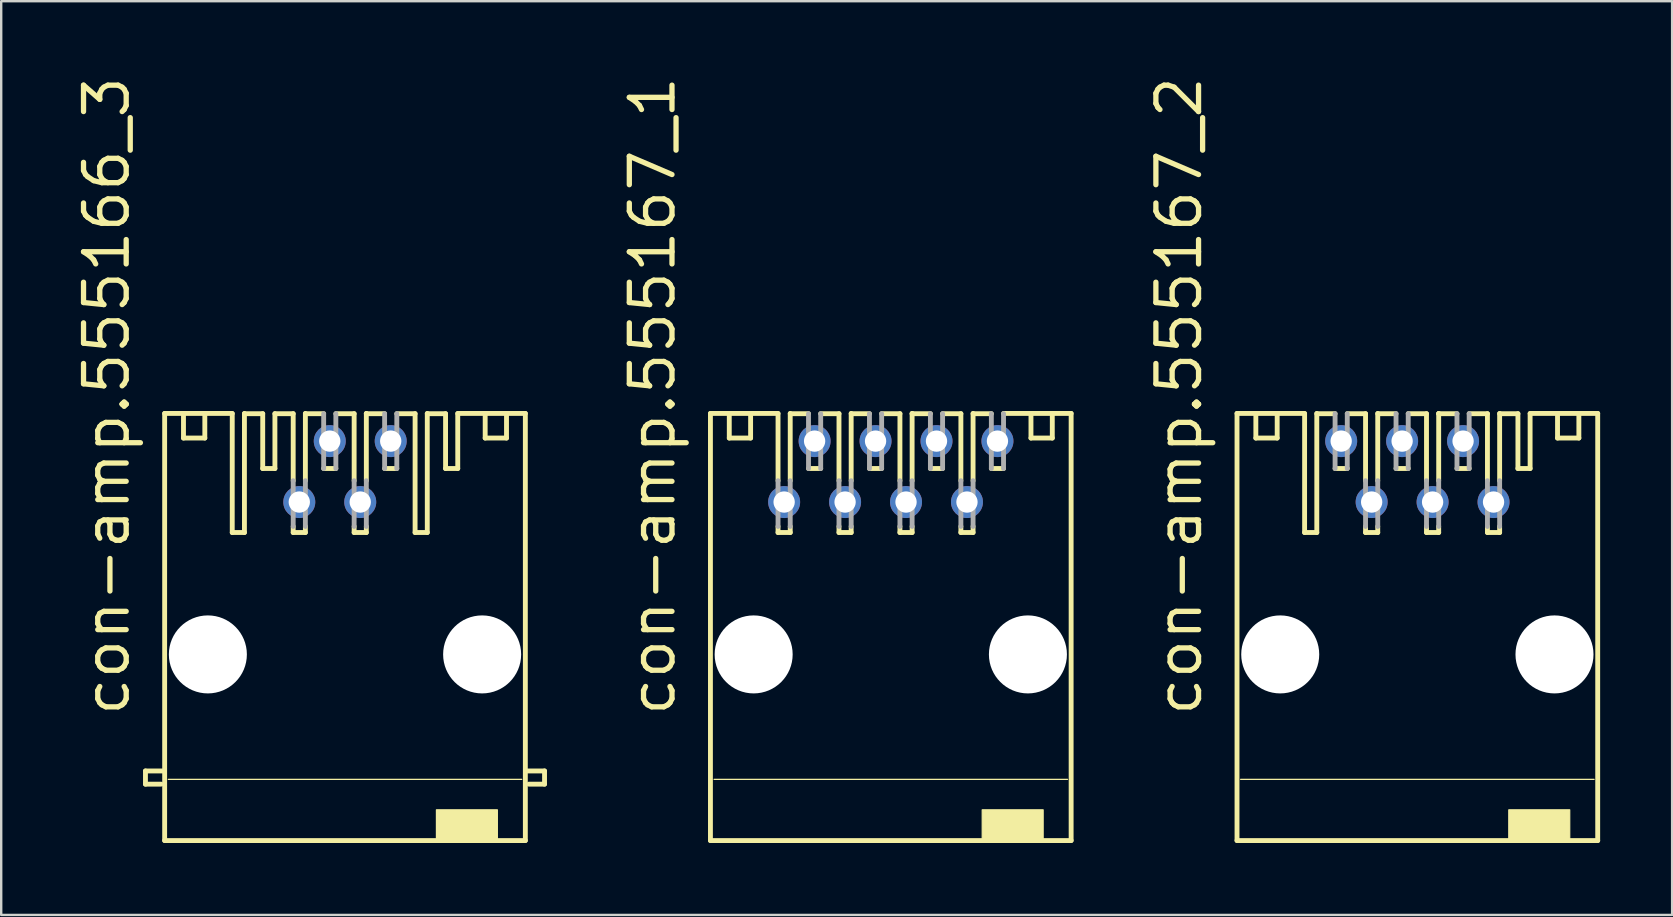
<source format=kicad_pcb>
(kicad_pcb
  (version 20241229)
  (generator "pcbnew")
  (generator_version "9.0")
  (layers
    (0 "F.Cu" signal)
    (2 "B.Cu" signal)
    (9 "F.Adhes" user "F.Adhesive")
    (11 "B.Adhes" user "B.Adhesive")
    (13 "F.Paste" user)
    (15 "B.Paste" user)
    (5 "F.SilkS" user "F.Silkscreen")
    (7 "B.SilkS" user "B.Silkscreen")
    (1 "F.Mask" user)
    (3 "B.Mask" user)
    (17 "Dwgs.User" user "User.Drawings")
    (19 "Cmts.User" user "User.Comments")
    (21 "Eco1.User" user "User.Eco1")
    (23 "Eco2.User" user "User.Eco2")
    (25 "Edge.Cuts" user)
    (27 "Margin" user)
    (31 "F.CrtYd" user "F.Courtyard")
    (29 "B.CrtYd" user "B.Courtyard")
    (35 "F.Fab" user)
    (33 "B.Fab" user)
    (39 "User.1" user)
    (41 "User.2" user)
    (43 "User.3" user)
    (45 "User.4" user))
  (footprint "con-amp.555167_2"
    (layer "F.Cu")
    (at 56.019 23.08)
    (property "Reference" "con-amp.555167_2" (at -8.89 3.81 90) (layer "F.SilkS") (effects (font (size 1.778 1.778) (thickness 0.22)) (justify left bottom)))
    (attr through_hole)
    (fp_line (start -7.516 -8.9) (end -4.699 -8.9) (stroke (width 0.203) (type default)) (layer "F.SilkS"))
    (fp_line (start -7.516 8.9) (end -7.516 -8.9) (stroke (width 0.203) (type default)) (layer "F.SilkS"))
    (fp_line (start -7.366 6.35) (end 7.366 6.35) (stroke (width 0.051) (type default)) (layer "F.SilkS"))
    (fp_line (start -6.731 -8.89) (end -6.731 -7.874) (stroke (width 0.203) (type default)) (layer "F.SilkS"))
    (fp_line (start -6.731 -7.874) (end -5.842 -7.874) (stroke (width 0.203) (type default)) (layer "F.SilkS"))
    (fp_line (start -5.842 -7.874) (end -5.842 -8.89) (stroke (width 0.203) (type default)) (layer "F.SilkS"))
    (fp_line (start -4.699 -3.937) (end -4.699 -8.89) (stroke (width 0.203) (type default)) (layer "F.SilkS"))
    (fp_line (start -4.191 -8.89) (end -3.429 -8.89) (stroke (width 0.203) (type default)) (layer "F.SilkS"))
    (fp_line (start -4.191 -3.937) (end -4.699 -3.937) (stroke (width 0.203) (type default)) (layer "F.SilkS"))
    (fp_line (start -4.191 -3.937) (end -4.191 -8.9) (stroke (width 0.203) (type default)) (layer "F.SilkS"))
    (fp_line (start -2.921 -8.89) (end -2.159 -8.89) (stroke (width 0.203) (type default)) (layer "F.SilkS"))
    (fp_line (start -2.921 -6.604) (end -3.429 -6.604) (stroke (width 0.203) (type default)) (layer "F.SilkS"))
    (fp_line (start -2.159 -6.096) (end -2.159 -8.89) (stroke (width 0.203) (type default)) (layer "F.SilkS"))
    (fp_line (start -2.159 -3.937) (end -2.159 -4.191) (stroke (width 0.203) (type default)) (layer "F.SilkS"))
    (fp_line (start -1.651 -8.89) (end -0.889 -8.89) (stroke (width 0.203) (type default)) (layer "F.SilkS"))
    (fp_line (start -1.651 -6.096) (end -1.651 -8.9) (stroke (width 0.203) (type default)) (layer "F.SilkS"))
    (fp_line (start -1.651 -3.937) (end -2.159 -3.937) (stroke (width 0.203) (type default)) (layer "F.SilkS"))
    (fp_line (start -1.651 -3.937) (end -1.651 -4.191) (stroke (width 0.203) (type default)) (layer "F.SilkS"))
    (fp_line (start -0.381 -8.89) (end 0.381 -8.89) (stroke (width 0.203) (type default)) (layer "F.SilkS"))
    (fp_line (start -0.381 -6.604) (end -0.889 -6.604) (stroke (width 0.203) (type default)) (layer "F.SilkS"))
    (fp_line (start 0.381 -6.096) (end 0.381 -8.89) (stroke (width 0.203) (type default)) (layer "F.SilkS"))
    (fp_line (start 0.381 -3.937) (end 0.381 -4.191) (stroke (width 0.203) (type default)) (layer "F.SilkS"))
    (fp_line (start 0.889 -8.89) (end 0.889 -8.9) (stroke (width 0.203) (type default)) (layer "F.SilkS"))
    (fp_line (start 0.889 -8.89) (end 1.651 -8.89) (stroke (width 0.203) (type default)) (layer "F.SilkS"))
    (fp_line (start 0.889 -6.096) (end 0.889 -8.89) (stroke (width 0.203) (type default)) (layer "F.SilkS"))
    (fp_line (start 0.889 -3.937) (end 0.381 -3.937) (stroke (width 0.203) (type default)) (layer "F.SilkS"))
    (fp_line (start 0.889 -3.937) (end 0.889 -4.191) (stroke (width 0.203) (type default)) (layer "F.SilkS"))
    (fp_line (start 2.159 -8.89) (end 2.921 -8.89) (stroke (width 0.203) (type default)) (layer "F.SilkS"))
    (fp_line (start 2.159 -6.604) (end 1.651 -6.604) (stroke (width 0.203) (type default)) (layer "F.SilkS"))
    (fp_line (start 2.921 -6.096) (end 2.921 -8.89) (stroke (width 0.203) (type default)) (layer "F.SilkS"))
    (fp_line (start 2.921 -3.937) (end 2.921 -4.191) (stroke (width 0.203) (type default)) (layer "F.SilkS"))
    (fp_line (start 3.429 -8.89) (end 4.191 -8.89) (stroke (width 0.203) (type default)) (layer "F.SilkS"))
    (fp_line (start 3.429 -6.096) (end 3.429 -8.9) (stroke (width 0.203) (type default)) (layer "F.SilkS"))
    (fp_line (start 3.429 -3.937) (end 2.921 -3.937) (stroke (width 0.203) (type default)) (layer "F.SilkS"))
    (fp_line (start 3.429 -3.937) (end 3.429 -4.191) (stroke (width 0.203) (type default)) (layer "F.SilkS"))
    (fp_line (start 4.191 -8.89) (end 4.191 -6.604) (stroke (width 0.203) (type default)) (layer "F.SilkS"))
    (fp_line (start 4.699 -8.9) (end 7.516 -8.9) (stroke (width 0.203) (type default)) (layer "F.SilkS"))
    (fp_line (start 4.699 -8.89) (end 4.699 -6.604) (stroke (width 0.203) (type default)) (layer "F.SilkS"))
    (fp_line (start 4.699 -6.604) (end 4.191 -6.604) (stroke (width 0.203) (type default)) (layer "F.SilkS"))
    (fp_line (start 5.842 -7.874) (end 5.842 -8.89) (stroke (width 0.203) (type default)) (layer "F.SilkS"))
    (fp_line (start 6.731 -8.89) (end 6.731 -7.874) (stroke (width 0.203) (type default)) (layer "F.SilkS"))
    (fp_line (start 6.731 -7.874) (end 5.842 -7.874) (stroke (width 0.203) (type default)) (layer "F.SilkS"))
    (fp_line (start 7.516 -8.9) (end 7.516 8.9) (stroke (width 0.203) (type default)) (layer "F.SilkS"))
    (fp_line (start 7.516 8.9) (end -7.516 8.9) (stroke (width 0.203) (type default)) (layer "F.SilkS"))
    (fp_rect (start 3.81 8.89) (end 6.35 7.62) (stroke (width 0.05) (type default)) (fill yes) (layer "F.SilkS"))
    (fp_line (start -3.429 -8.89) (end -3.429 -6.604) (stroke (width 0.203) (type default)) (layer "F.Fab"))
    (fp_line (start -2.921 -8.89) (end -2.921 -6.604) (stroke (width 0.203) (type default)) (layer "F.Fab"))
    (fp_line (start -2.159 -6.096) (end -2.159 -4.191) (stroke (width 0.203) (type default)) (layer "F.Fab"))
    (fp_line (start -1.651 -6.096) (end -1.651 -4.191) (stroke (width 0.203) (type default)) (layer "F.Fab"))
    (fp_line (start -0.889 -8.89) (end -0.889 -6.604) (stroke (width 0.203) (type default)) (layer "F.Fab"))
    (fp_line (start -0.381 -8.89) (end -0.381 -6.604) (stroke (width 0.203) (type default)) (layer "F.Fab"))
    (fp_line (start 0.381 -6.096) (end 0.381 -4.191) (stroke (width 0.203) (type default)) (layer "F.Fab"))
    (fp_line (start 0.889 -6.096) (end 0.889 -4.191) (stroke (width 0.203) (type default)) (layer "F.Fab"))
    (fp_line (start 1.651 -8.89) (end 1.651 -6.604) (stroke (width 0.203) (type default)) (layer "F.Fab"))
    (fp_line (start 2.159 -8.89) (end 2.159 -6.604) (stroke (width 0.203) (type default)) (layer "F.Fab"))
    (fp_line (start 2.921 -6.096) (end 2.921 -4.191) (stroke (width 0.203) (type default)) (layer "F.Fab"))
    (fp_line (start 3.429 -6.096) (end 3.429 -4.191) (stroke (width 0.203) (type default)) (layer "F.Fab"))
    (pad "" np_thru_hole circle (at -5.715 1.143) (size 3.251 3.251) (drill 3.251) (layers "*.Cu" "*.Mask"))
    (pad "" np_thru_hole circle (at 5.715 1.143) (size 3.251 3.251) (drill 3.251) (layers "*.Cu" "*.Mask"))
    (pad "1" thru_hole circle (at -3.175 -7.747) (size 1.333 1.333) (drill 0.889) (layers "*.Cu" "*.Mask"))
    (pad "2" thru_hole circle (at -1.905 -5.207) (size 1.333 1.333) (drill 0.889) (layers "*.Cu" "*.Mask"))
    (pad "3" thru_hole circle (at -0.635 -7.747) (size 1.333 1.333) (drill 0.889) (layers "*.Cu" "*.Mask"))
    (pad "4" thru_hole circle (at 0.635 -5.207) (size 1.333 1.333) (drill 0.889) (layers "*.Cu" "*.Mask"))
    (pad "5" thru_hole circle (at 1.905 -7.747) (size 1.333 1.333) (drill 0.889) (layers "*.Cu" "*.Mask"))
    (pad "6" thru_hole circle (at 3.175 -5.207) (size 1.333 1.333) (drill 0.889) (layers "*.Cu" "*.Mask")))
  (footprint "con-amp.555166_3"
    (layer "F.Cu")
    (at 11.328 23.08)
    (property "Reference" "con-amp.555166_3" (at -8.89 3.81 90) (layer "F.SilkS") (effects (font (size 1.778 1.778) (thickness 0.22)) (justify left bottom)))
    (attr through_hole)
    (fp_line (start -8.316 6) (end -7.616 6) (stroke (width 0.203) (type default)) (layer "F.SilkS"))
    (fp_line (start -8.316 6.55) (end -8.316 6) (stroke (width 0.203) (type default)) (layer "F.SilkS"))
    (fp_line (start -7.666 6.55) (end -8.316 6.55) (stroke (width 0.203) (type default)) (layer "F.SilkS"))
    (fp_line (start -7.516 -8.9) (end -4.699 -8.9) (stroke (width 0.203) (type default)) (layer "F.SilkS"))
    (fp_line (start -7.516 8.9) (end -7.516 -8.9) (stroke (width 0.203) (type default)) (layer "F.SilkS"))
    (fp_line (start -7.366 6.35) (end 7.366 6.35) (stroke (width 0.051) (type default)) (layer "F.SilkS"))
    (fp_line (start -6.731 -8.89) (end -6.731 -7.874) (stroke (width 0.203) (type default)) (layer "F.SilkS"))
    (fp_line (start -6.731 -7.874) (end -5.842 -7.874) (stroke (width 0.203) (type default)) (layer "F.SilkS"))
    (fp_line (start -5.842 -7.874) (end -5.842 -8.89) (stroke (width 0.203) (type default)) (layer "F.SilkS"))
    (fp_line (start -4.699 -3.937) (end -4.699 -8.89) (stroke (width 0.203) (type default)) (layer "F.SilkS"))
    (fp_line (start -4.191 -8.89) (end -3.429 -8.89) (stroke (width 0.203) (type default)) (layer "F.SilkS"))
    (fp_line (start -4.191 -3.937) (end -4.699 -3.937) (stroke (width 0.203) (type default)) (layer "F.SilkS"))
    (fp_line (start -4.191 -3.937) (end -4.191 -8.9) (stroke (width 0.203) (type default)) (layer "F.SilkS"))
    (fp_line (start -3.429 -8.89) (end -3.429 -6.604) (stroke (width 0.203) (type default)) (layer "F.SilkS"))
    (fp_line (start -2.921 -8.89) (end -2.921 -6.604) (stroke (width 0.203) (type default)) (layer "F.SilkS"))
    (fp_line (start -2.921 -8.89) (end -2.159 -8.89) (stroke (width 0.203) (type default)) (layer "F.SilkS"))
    (fp_line (start -2.921 -6.604) (end -3.429 -6.604) (stroke (width 0.203) (type default)) (layer "F.SilkS"))
    (fp_line (start -2.159 -6.096) (end -2.159 -8.89) (stroke (width 0.203) (type default)) (layer "F.SilkS"))
    (fp_line (start -2.159 -3.937) (end -2.159 -4.191) (stroke (width 0.203) (type default)) (layer "F.SilkS"))
    (fp_line (start -1.651 -8.89) (end -0.889 -8.89) (stroke (width 0.203) (type default)) (layer "F.SilkS"))
    (fp_line (start -1.651 -6.096) (end -1.651 -8.9) (stroke (width 0.203) (type default)) (layer "F.SilkS"))
    (fp_line (start -1.651 -3.937) (end -2.159 -3.937) (stroke (width 0.203) (type default)) (layer "F.SilkS"))
    (fp_line (start -1.651 -3.937) (end -1.651 -4.191) (stroke (width 0.203) (type default)) (layer "F.SilkS"))
    (fp_line (start -0.381 -8.89) (end 0.381 -8.89) (stroke (width 0.203) (type default)) (layer "F.SilkS"))
    (fp_line (start -0.381 -6.604) (end -0.889 -6.604) (stroke (width 0.203) (type default)) (layer "F.SilkS"))
    (fp_line (start 0.381 -6.096) (end 0.381 -8.89) (stroke (width 0.203) (type default)) (layer "F.SilkS"))
    (fp_line (start 0.381 -3.937) (end 0.381 -4.191) (stroke (width 0.203) (type default)) (layer "F.SilkS"))
    (fp_line (start 0.889 -8.89) (end 0.889 -8.9) (stroke (width 0.203) (type default)) (layer "F.SilkS"))
    (fp_line (start 0.889 -8.89) (end 1.651 -8.89) (stroke (width 0.203) (type default)) (layer "F.SilkS"))
    (fp_line (start 0.889 -6.096) (end 0.889 -8.89) (stroke (width 0.203) (type default)) (layer "F.SilkS"))
    (fp_line (start 0.889 -3.937) (end 0.381 -3.937) (stroke (width 0.203) (type default)) (layer "F.SilkS"))
    (fp_line (start 0.889 -3.937) (end 0.889 -4.191) (stroke (width 0.203) (type default)) (layer "F.SilkS"))
    (fp_line (start 2.159 -8.89) (end 2.921 -8.89) (stroke (width 0.203) (type default)) (layer "F.SilkS"))
    (fp_line (start 2.159 -6.604) (end 1.651 -6.604) (stroke (width 0.203) (type default)) (layer "F.SilkS"))
    (fp_line (start 2.921 -3.937) (end 2.921 -8.89) (stroke (width 0.203) (type default)) (layer "F.SilkS"))
    (fp_line (start 3.429 -8.89) (end 4.191 -8.89) (stroke (width 0.203) (type default)) (layer "F.SilkS"))
    (fp_line (start 3.429 -3.937) (end 2.921 -3.937) (stroke (width 0.203) (type default)) (layer "F.SilkS"))
    (fp_line (start 3.429 -3.937) (end 3.429 -8.9) (stroke (width 0.203) (type default)) (layer "F.SilkS"))
    (fp_line (start 4.191 -8.89) (end 4.191 -6.604) (stroke (width 0.203) (type default)) (layer "F.SilkS"))
    (fp_line (start 4.699 -8.9) (end 7.516 -8.9) (stroke (width 0.203) (type default)) (layer "F.SilkS"))
    (fp_line (start 4.699 -8.89) (end 4.699 -6.604) (stroke (width 0.203) (type default)) (layer "F.SilkS"))
    (fp_line (start 4.699 -6.604) (end 4.191 -6.604) (stroke (width 0.203) (type default)) (layer "F.SilkS"))
    (fp_line (start 5.842 -7.874) (end 5.842 -8.89) (stroke (width 0.203) (type default)) (layer "F.SilkS"))
    (fp_line (start 6.731 -8.89) (end 6.731 -7.874) (stroke (width 0.203) (type default)) (layer "F.SilkS"))
    (fp_line (start 6.731 -7.874) (end 5.842 -7.874) (stroke (width 0.203) (type default)) (layer "F.SilkS"))
    (fp_line (start 7.516 -8.9) (end 7.516 8.9) (stroke (width 0.203) (type default)) (layer "F.SilkS"))
    (fp_line (start 7.516 8.9) (end -7.516 8.9) (stroke (width 0.203) (type default)) (layer "F.SilkS"))
    (fp_line (start 7.666 6.55) (end 8.316 6.55) (stroke (width 0.203) (type default)) (layer "F.SilkS"))
    (fp_line (start 8.316 6) (end 7.616 6) (stroke (width 0.203) (type default)) (layer "F.SilkS"))
    (fp_line (start 8.316 6.55) (end 8.316 6) (stroke (width 0.203) (type default)) (layer "F.SilkS"))
    (fp_rect (start 3.81 8.89) (end 6.35 7.62) (stroke (width 0.05) (type default)) (fill yes) (layer "F.SilkS"))
    (fp_line (start -2.159 -6.096) (end -2.159 -4.191) (stroke (width 0.203) (type default)) (layer "F.Fab"))
    (fp_line (start -1.651 -6.096) (end -1.651 -4.191) (stroke (width 0.203) (type default)) (layer "F.Fab"))
    (fp_line (start -0.889 -8.89) (end -0.889 -6.604) (stroke (width 0.203) (type default)) (layer "F.Fab"))
    (fp_line (start -0.381 -8.89) (end -0.381 -6.604) (stroke (width 0.203) (type default)) (layer "F.Fab"))
    (fp_line (start 0.381 -6.096) (end 0.381 -4.191) (stroke (width 0.203) (type default)) (layer "F.Fab"))
    (fp_line (start 0.889 -6.096) (end 0.889 -4.191) (stroke (width 0.203) (type default)) (layer "F.Fab"))
    (fp_line (start 1.651 -8.89) (end 1.651 -6.604) (stroke (width 0.203) (type default)) (layer "F.Fab"))
    (fp_line (start 2.159 -8.89) (end 2.159 -6.604) (stroke (width 0.203) (type default)) (layer "F.Fab"))
    (pad "" np_thru_hole circle (at -5.715 1.143) (size 3.251 3.251) (drill 3.251) (layers "*.Cu" "*.Mask"))
    (pad "" np_thru_hole circle (at 5.715 1.143) (size 3.251 3.251) (drill 3.251) (layers "*.Cu" "*.Mask"))
    (pad "1" thru_hole circle (at -1.905 -5.207) (size 1.333 1.333) (drill 0.889) (layers "*.Cu" "*.Mask"))
    (pad "2" thru_hole circle (at -0.635 -7.747) (size 1.333 1.333) (drill 0.889) (layers "*.Cu" "*.Mask"))
    (pad "3" thru_hole circle (at 0.635 -5.207) (size 1.333 1.333) (drill 0.889) (layers "*.Cu" "*.Mask"))
    (pad "4" thru_hole circle (at 1.905 -7.747) (size 1.333 1.333) (drill 0.889) (layers "*.Cu" "*.Mask")))
  (footprint "con-amp.555167_1"
    (layer "F.Cu")
    (at 34.074 23.08)
    (property "Reference" "con-amp.555167_1" (at -8.89 3.81 90) (layer "F.SilkS") (effects (font (size 1.778 1.778) (thickness 0.22)) (justify left bottom)))
    (attr through_hole)
    (fp_line (start -7.516 -8.9) (end -4.699 -8.9) (stroke (width 0.203) (type default)) (layer "F.SilkS"))
    (fp_line (start -7.516 8.9) (end -7.516 -8.9) (stroke (width 0.203) (type default)) (layer "F.SilkS"))
    (fp_line (start -7.366 6.35) (end 7.366 6.35) (stroke (width 0.051) (type default)) (layer "F.SilkS"))
    (fp_line (start -6.731 -8.89) (end -6.731 -7.874) (stroke (width 0.203) (type default)) (layer "F.SilkS"))
    (fp_line (start -6.731 -7.874) (end -5.842 -7.874) (stroke (width 0.203) (type default)) (layer "F.SilkS"))
    (fp_line (start -5.842 -7.874) (end -5.842 -8.89) (stroke (width 0.203) (type default)) (layer "F.SilkS"))
    (fp_line (start -4.699 -6.096) (end -4.699 -8.89) (stroke (width 0.203) (type default)) (layer "F.SilkS"))
    (fp_line (start -4.699 -3.937) (end -4.699 -4.191) (stroke (width 0.203) (type default)) (layer "F.SilkS"))
    (fp_line (start -4.191 -8.89) (end -3.429 -8.89) (stroke (width 0.203) (type default)) (layer "F.SilkS"))
    (fp_line (start -4.191 -6.096) (end -4.191 -8.9) (stroke (width 0.203) (type default)) (layer "F.SilkS"))
    (fp_line (start -4.191 -3.937) (end -4.699 -3.937) (stroke (width 0.203) (type default)) (layer "F.SilkS"))
    (fp_line (start -4.191 -3.937) (end -4.191 -4.191) (stroke (width 0.203) (type default)) (layer "F.SilkS"))
    (fp_line (start -2.921 -8.89) (end -2.159 -8.89) (stroke (width 0.203) (type default)) (layer "F.SilkS"))
    (fp_line (start -2.921 -6.604) (end -3.429 -6.604) (stroke (width 0.203) (type default)) (layer "F.SilkS"))
    (fp_line (start -2.159 -6.096) (end -2.159 -8.89) (stroke (width 0.203) (type default)) (layer "F.SilkS"))
    (fp_line (start -2.159 -3.937) (end -2.159 -4.191) (stroke (width 0.203) (type default)) (layer "F.SilkS"))
    (fp_line (start -1.651 -8.89) (end -0.889 -8.89) (stroke (width 0.203) (type default)) (layer "F.SilkS"))
    (fp_line (start -1.651 -6.096) (end -1.651 -8.9) (stroke (width 0.203) (type default)) (layer "F.SilkS"))
    (fp_line (start -1.651 -3.937) (end -2.159 -3.937) (stroke (width 0.203) (type default)) (layer "F.SilkS"))
    (fp_line (start -1.651 -3.937) (end -1.651 -4.191) (stroke (width 0.203) (type default)) (layer "F.SilkS"))
    (fp_line (start -0.381 -8.89) (end 0.381 -8.89) (stroke (width 0.203) (type default)) (layer "F.SilkS"))
    (fp_line (start -0.381 -6.604) (end -0.889 -6.604) (stroke (width 0.203) (type default)) (layer "F.SilkS"))
    (fp_line (start 0.381 -6.096) (end 0.381 -8.89) (stroke (width 0.203) (type default)) (layer "F.SilkS"))
    (fp_line (start 0.381 -3.937) (end 0.381 -4.191) (stroke (width 0.203) (type default)) (layer "F.SilkS"))
    (fp_line (start 0.889 -8.89) (end 0.889 -8.9) (stroke (width 0.203) (type default)) (layer "F.SilkS"))
    (fp_line (start 0.889 -8.89) (end 1.651 -8.89) (stroke (width 0.203) (type default)) (layer "F.SilkS"))
    (fp_line (start 0.889 -6.096) (end 0.889 -8.89) (stroke (width 0.203) (type default)) (layer "F.SilkS"))
    (fp_line (start 0.889 -3.937) (end 0.381 -3.937) (stroke (width 0.203) (type default)) (layer "F.SilkS"))
    (fp_line (start 0.889 -3.937) (end 0.889 -4.191) (stroke (width 0.203) (type default)) (layer "F.SilkS"))
    (fp_line (start 2.159 -8.89) (end 2.921 -8.89) (stroke (width 0.203) (type default)) (layer "F.SilkS"))
    (fp_line (start 2.159 -6.604) (end 1.651 -6.604) (stroke (width 0.203) (type default)) (layer "F.SilkS"))
    (fp_line (start 2.921 -6.096) (end 2.921 -8.89) (stroke (width 0.203) (type default)) (layer "F.SilkS"))
    (fp_line (start 2.921 -3.937) (end 2.921 -4.191) (stroke (width 0.203) (type default)) (layer "F.SilkS"))
    (fp_line (start 3.429 -8.89) (end 4.191 -8.89) (stroke (width 0.203) (type default)) (layer "F.SilkS"))
    (fp_line (start 3.429 -6.096) (end 3.429 -8.9) (stroke (width 0.203) (type default)) (layer "F.SilkS"))
    (fp_line (start 3.429 -3.937) (end 2.921 -3.937) (stroke (width 0.203) (type default)) (layer "F.SilkS"))
    (fp_line (start 3.429 -3.937) (end 3.429 -4.191) (stroke (width 0.203) (type default)) (layer "F.SilkS"))
    (fp_line (start 4.699 -8.9) (end 7.516 -8.9) (stroke (width 0.203) (type default)) (layer "F.SilkS"))
    (fp_line (start 4.699 -6.604) (end 4.191 -6.604) (stroke (width 0.203) (type default)) (layer "F.SilkS"))
    (fp_line (start 5.842 -7.874) (end 5.842 -8.89) (stroke (width 0.203) (type default)) (layer "F.SilkS"))
    (fp_line (start 6.731 -8.89) (end 6.731 -7.874) (stroke (width 0.203) (type default)) (layer "F.SilkS"))
    (fp_line (start 6.731 -7.874) (end 5.842 -7.874) (stroke (width 0.203) (type default)) (layer "F.SilkS"))
    (fp_line (start 7.516 -8.9) (end 7.516 8.9) (stroke (width 0.203) (type default)) (layer "F.SilkS"))
    (fp_line (start 7.516 8.9) (end -7.516 8.9) (stroke (width 0.203) (type default)) (layer "F.SilkS"))
    (fp_rect (start 3.81 8.89) (end 6.35 7.62) (stroke (width 0.05) (type default)) (fill yes) (layer "F.SilkS"))
    (fp_line (start -4.699 -6.096) (end -4.699 -4.191) (stroke (width 0.203) (type default)) (layer "F.Fab"))
    (fp_line (start -4.191 -6.096) (end -4.191 -4.191) (stroke (width 0.203) (type default)) (layer "F.Fab"))
    (fp_line (start -3.429 -8.89) (end -3.429 -6.604) (stroke (width 0.203) (type default)) (layer "F.Fab"))
    (fp_line (start -2.921 -8.89) (end -2.921 -6.604) (stroke (width 0.203) (type default)) (layer "F.Fab"))
    (fp_line (start -2.159 -6.096) (end -2.159 -4.191) (stroke (width 0.203) (type default)) (layer "F.Fab"))
    (fp_line (start -1.651 -6.096) (end -1.651 -4.191) (stroke (width 0.203) (type default)) (layer "F.Fab"))
    (fp_line (start -0.889 -8.89) (end -0.889 -6.604) (stroke (width 0.203) (type default)) (layer "F.Fab"))
    (fp_line (start -0.381 -8.89) (end -0.381 -6.604) (stroke (width 0.203) (type default)) (layer "F.Fab"))
    (fp_line (start 0.381 -6.096) (end 0.381 -4.191) (stroke (width 0.203) (type default)) (layer "F.Fab"))
    (fp_line (start 0.889 -6.096) (end 0.889 -4.191) (stroke (width 0.203) (type default)) (layer "F.Fab"))
    (fp_line (start 1.651 -8.89) (end 1.651 -6.604) (stroke (width 0.203) (type default)) (layer "F.Fab"))
    (fp_line (start 2.159 -8.89) (end 2.159 -6.604) (stroke (width 0.203) (type default)) (layer "F.Fab"))
    (fp_line (start 2.921 -6.096) (end 2.921 -4.191) (stroke (width 0.203) (type default)) (layer "F.Fab"))
    (fp_line (start 3.429 -6.096) (end 3.429 -4.191) (stroke (width 0.203) (type default)) (layer "F.Fab"))
    (fp_line (start 4.191 -8.89) (end 4.191 -6.604) (stroke (width 0.203) (type default)) (layer "F.Fab"))
    (fp_line (start 4.699 -8.89) (end 4.699 -6.604) (stroke (width 0.203) (type default)) (layer "F.Fab"))
    (pad "" np_thru_hole circle (at -5.715 1.143) (size 3.251 3.251) (drill 3.251) (layers "*.Cu" "*.Mask"))
    (pad "" np_thru_hole circle (at 5.715 1.143) (size 3.251 3.251) (drill 3.251) (layers "*.Cu" "*.Mask"))
    (pad "1" thru_hole circle (at -4.445 -5.207) (size 1.333 1.333) (drill 0.889) (layers "*.Cu" "*.Mask"))
    (pad "2" thru_hole circle (at -3.175 -7.747) (size 1.333 1.333) (drill 0.889) (layers "*.Cu" "*.Mask"))
    (pad "3" thru_hole circle (at -1.905 -5.207) (size 1.333 1.333) (drill 0.889) (layers "*.Cu" "*.Mask"))
    (pad "4" thru_hole circle (at -0.635 -7.747) (size 1.333 1.333) (drill 0.889) (layers "*.Cu" "*.Mask"))
    (pad "5" thru_hole circle (at 0.635 -5.207) (size 1.333 1.333) (drill 0.889) (layers "*.Cu" "*.Mask"))
    (pad "6" thru_hole circle (at 1.905 -7.747) (size 1.333 1.333) (drill 0.889) (layers "*.Cu" "*.Mask"))
    (pad "7" thru_hole circle (at 3.175 -5.207) (size 1.333 1.333) (drill 0.889) (layers "*.Cu" "*.Mask"))
    (pad "8" thru_hole circle (at 4.445 -7.747) (size 1.333 1.333) (drill 0.889) (layers "*.Cu" "*.Mask")))
  (gr_rect
    (start -3 -3)
    (end 66.637 35.081)
    (stroke (width 0.1) (type default))
    (fill no)
    (layer "Edge.Cuts")))
</source>
